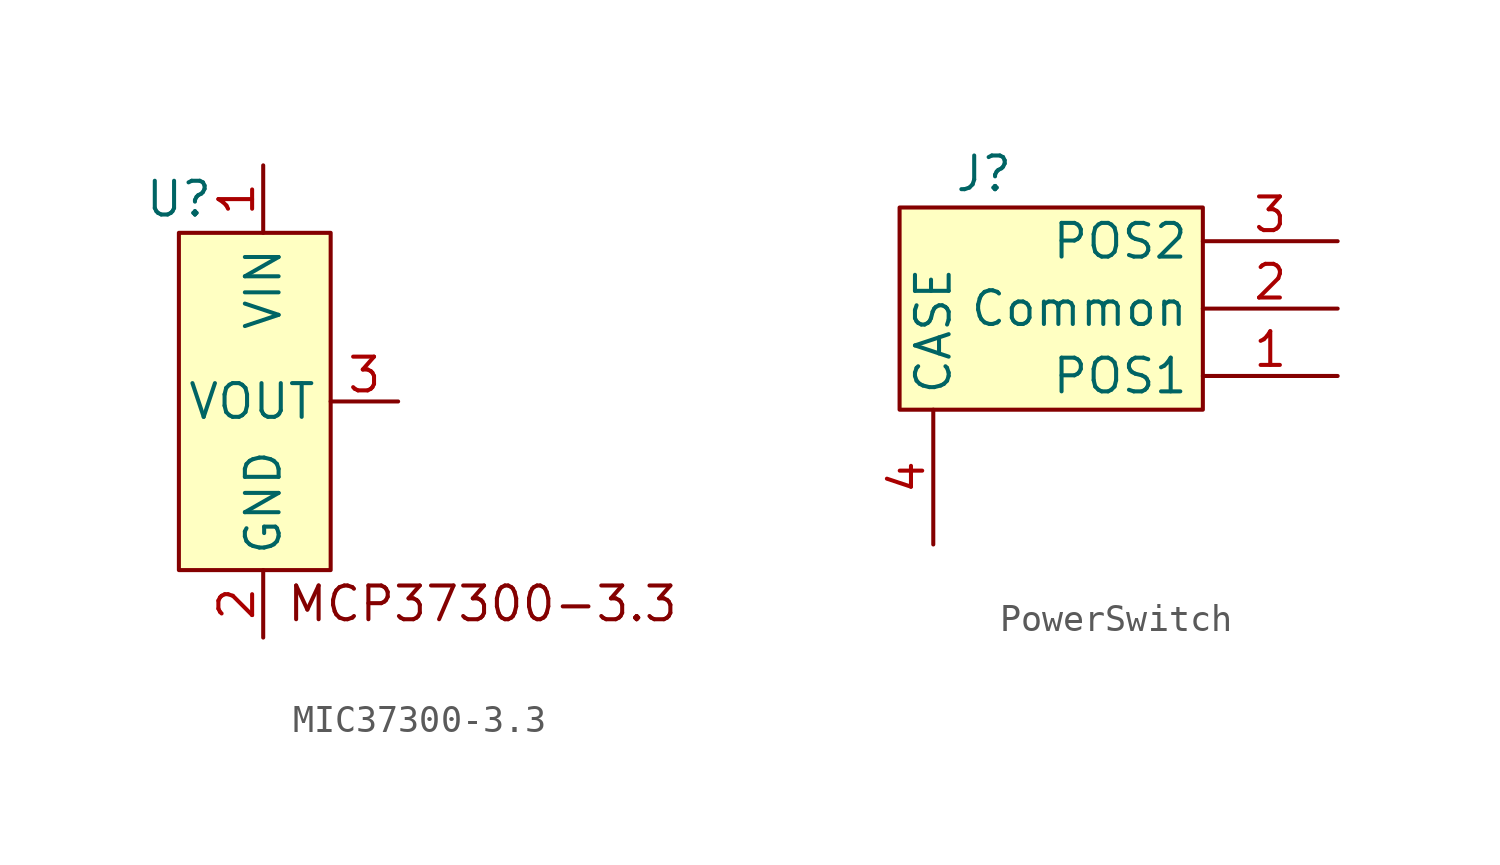
<source format=kicad_sym>
(kicad_symbol_lib
  (version 20220914)
  (generator kicad_symbol_editor)
  (symbol "MIC37300-3.3"
    (property "Reference" "U"
      (at -3.175 7.62 0)
      (effects (font (size 1.27 1.27))))
    (property "Value" ""
      (at 1.905 -2.54 90)
      (effects (font (size 1.27 1.27))))
    (symbol "MIC37300-3.3_1_1"
      (rectangle (start -3.175 6.35) (end 2.54 -6.35) (stroke (width 0) (type default)) (fill (type background)))
      (text "MCP37300-3.3" (at 8.255 -7.62 0) (effects (font (size 1.27 1.27))))
      (pin input line (at 0 8.89 270) (length 2.54) (name "VIN" (effects (font (size 1.27 1.27)))) (number "1" (effects (font (size 1.27 1.27)))))
      (pin input line (at 0 -8.89 90) (length 2.54) (name "GND" (effects (font (size 1.27 1.27)))) (number "2" (effects (font (size 1.27 1.27)))))
      (pin input line (at 5.08 0 180) (length 2.54) (name "VOUT" (effects (font (size 1.27 1.27)))) (number "3" (effects (font (size 1.27 1.27)))))))
  (symbol "PowerSwitch"
    (property "Reference" "J"
      (at -8.255 5.08 0)
      (effects (font (size 1.27 1.27))))
    (property "Value" ""
      (at -1.905 -2.54 0)
      (effects (font (size 1.27 1.27))))
    (symbol "PowerSwitch_1_1"
      (rectangle (start -11.43 3.81) (end 0 -3.81) (stroke (width 0) (type default)) (fill (type background)))
      (pin passive line (at 5.08 -2.54 180) (length 5.08) (name "POS1" (effects (font (size 1.27 1.27)))) (number "1" (effects (font (size 1.27 1.27)))))
      (pin passive line (at 5.08 0 180) (length 5.08) (name "Common" (effects (font (size 1.27 1.27)))) (number "2" (effects (font (size 1.27 1.27)))))
      (pin passive line (at 5.08 2.54 180) (length 5.08) (name "POS2" (effects (font (size 1.27 1.27)))) (number "3" (effects (font (size 1.27 1.27)))))
      (pin passive line (at -10.16 -8.89 90) (length 5.08) (name "CASE" (effects (font (size 1.27 1.27)))) (number "4" (effects (font (size 1.27 1.27))))))))
</source>
